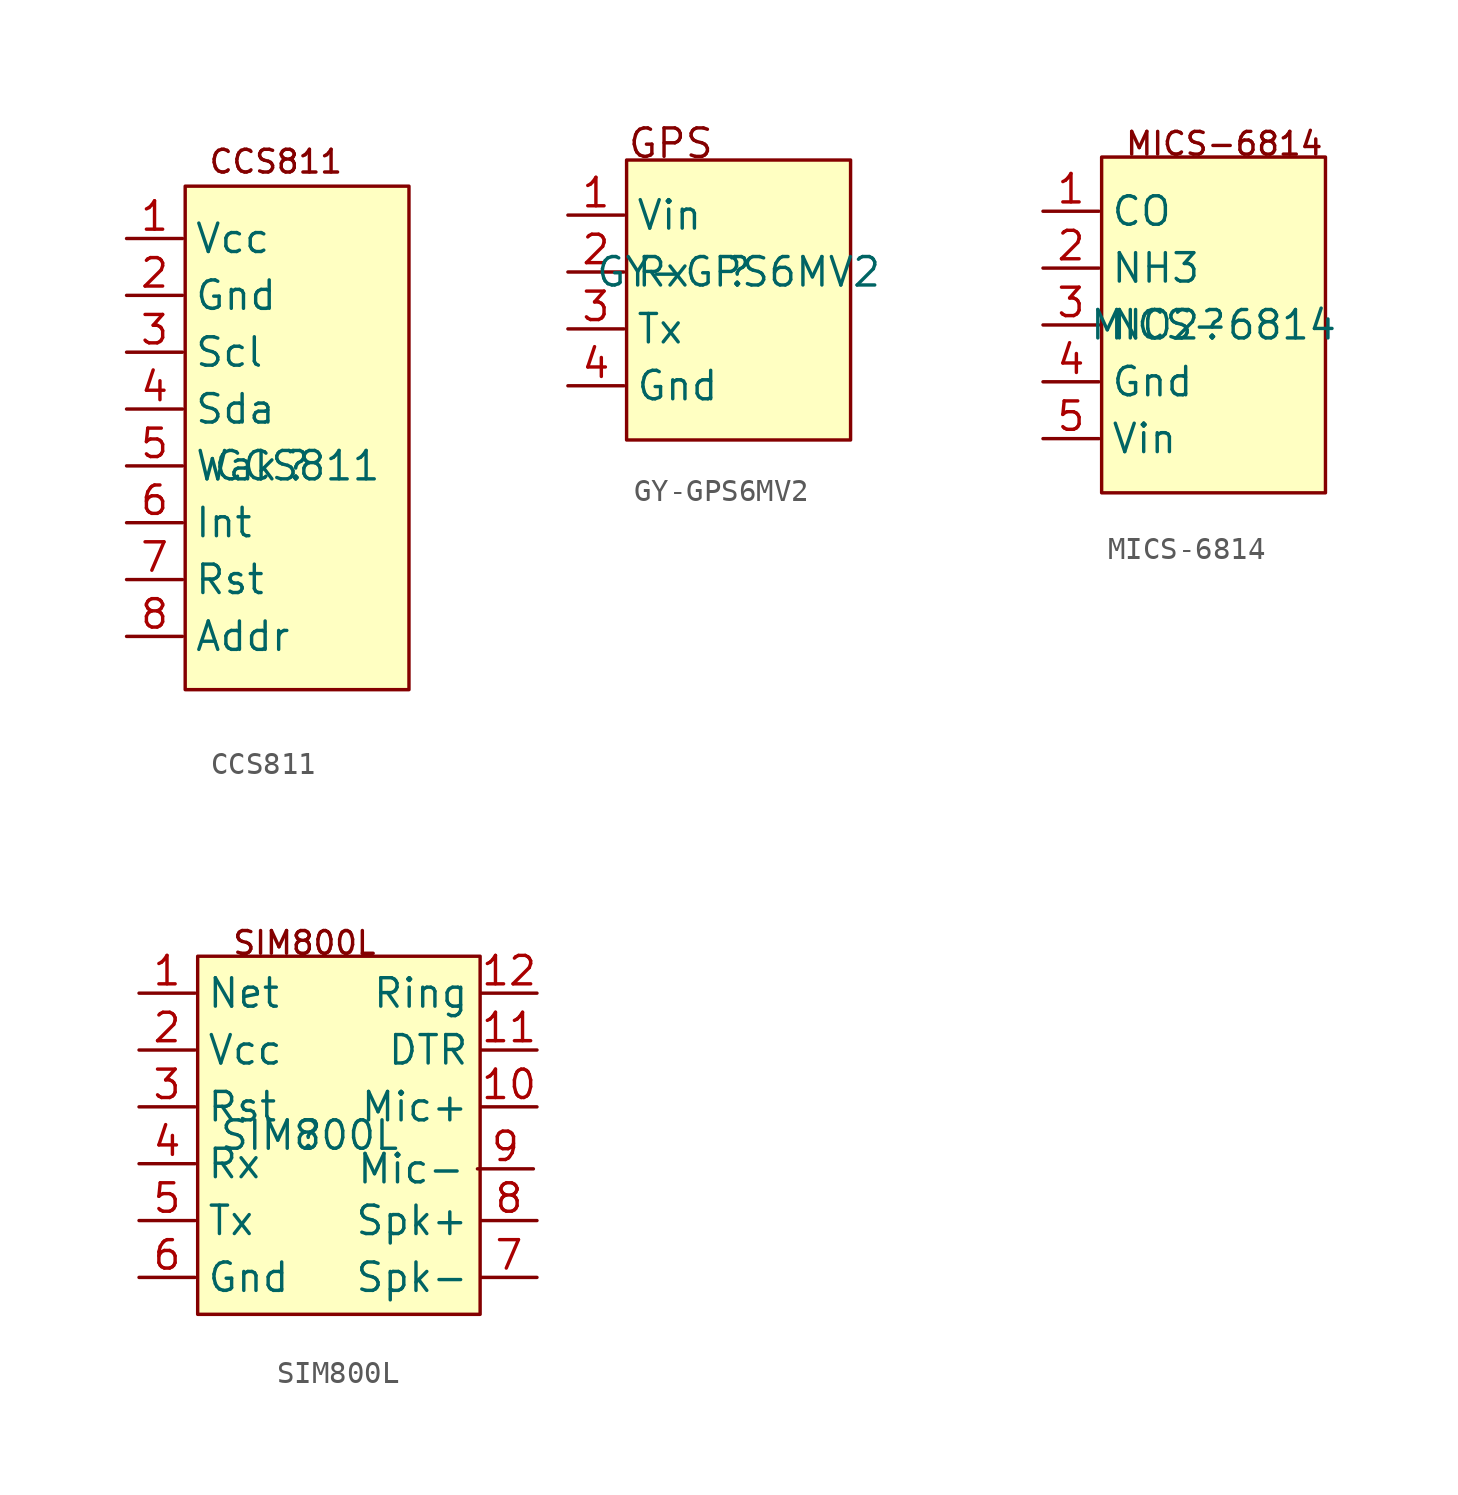
<source format=kicad_sym>
(kicad_symbol_lib
  (version 20220914)
  (generator kicad_symbol_editor)
  (symbol "CCS811"
    (property "Reference" ""
      (at 0 0 0)
      (effects (font (size 1.27 1.27))))
    (property "Value" "CCS811"
      (at 0 0 0)
      (effects (font (size 1.27 1.27))))
    (symbol "CCS811_1_0"
      (rectangle (start 5 12.5) (end -5 -10) (stroke (width 0) (type solid)) (fill (type background)))
      (text "CCS811" (at -4 13 0) (effects (font (size 1.016 1.016)) (justify left bottom)))
      (pin power_in line (at -7.62 10.16 0) (length 2.5) (name "Vcc" (effects (font (size 1.27 1.27)))) (number "1" (effects (font (size 1.27 1.27)))))
      (pin power_in line (at -7.62 7.62 0) (length 2.5) (name "Gnd" (effects (font (size 1.27 1.27)))) (number "2" (effects (font (size 1.27 1.27)))))
      (pin power_in line (at -7.62 5.08 0) (length 2.5) (name "Scl" (effects (font (size 1.27 1.27)))) (number "3" (effects (font (size 1.27 1.27)))))
      (pin power_in line (at -7.62 2.54 0) (length 2.5) (name "Sda" (effects (font (size 1.27 1.27)))) (number "4" (effects (font (size 1.27 1.27)))))
      (pin power_in line (at -7.62 0 0) (length 2.5) (name "Wak" (effects (font (size 1.27 1.27)))) (number "5" (effects (font (size 1.27 1.27)))))
      (pin power_in line (at -7.62 -2.54 0) (length 2.5) (name "Int" (effects (font (size 1.27 1.27)))) (number "6" (effects (font (size 1.27 1.27)))))
      (pin power_in line (at -7.62 -5.08 0) (length 2.5) (name "Rst" (effects (font (size 1.27 1.27)))) (number "7" (effects (font (size 1.27 1.27)))))
      (pin power_in line (at -7.62 -7.62 0) (length 2.5) (name "Addr" (effects (font (size 1.27 1.27)))) (number "8" (effects (font (size 1.27 1.27)))))))
  (symbol "GY-GPS6MV2"
    (property "Reference" ""
      (at 0 0 0)
      (effects (font (size 1.27 1.27))))
    (property "Value" "GY-GPS6MV2"
      (at 0 0 0)
      (effects (font (size 1.27 1.27))))
    (symbol "GY-GPS6MV2_1_0"
      (rectangle (start 5 5) (end -5 -7.5) (stroke (width 0) (type solid)) (fill (type background)))
      (text "GPS" (at -5 5 0) (effects (font (size 1.27 1.27)) (justify left bottom)))
      (pin power_in line (at -7.62 2.54 0) (length 2.5) (name "Vin" (effects (font (size 1.27 1.27)))) (number "1" (effects (font (size 1.27 1.27)))))
      (pin input line (at -7.62 0 0) (length 2.5) (name "Rx" (effects (font (size 1.27 1.27)))) (number "2" (effects (font (size 1.27 1.27)))))
      (pin output line (at -7.62 -2.54 0) (length 2.5) (name "Tx" (effects (font (size 1.27 1.27)))) (number "3" (effects (font (size 1.27 1.27)))))
      (pin power_in line (at -7.62 -5.08 0) (length 2.5) (name "Gnd" (effects (font (size 1.27 1.27)))) (number "4" (effects (font (size 1.27 1.27)))))))
  (symbol "MICS-6814"
    (property "Reference" ""
      (at 0 0 0)
      (effects (font (size 1.27 1.27))))
    (property "Value" "MICS-6814"
      (at 0 0 0)
      (effects (font (size 1.27 1.27))))
    (symbol "MICS-6814_1_0"
      (rectangle (start 5 7.5) (end -5 -7.5) (stroke (width 0) (type solid)) (fill (type background)))
      (text "MICS-6814" (at -4 7.5 0) (effects (font (size 1.016 1.016)) (justify left bottom)))
      (pin power_in line (at -7.62 5.08 0) (length 2.5) (name "CO" (effects (font (size 1.27 1.27)))) (number "1" (effects (font (size 1.27 1.27)))))
      (pin power_in line (at -7.62 2.54 0) (length 2.5) (name "NH3" (effects (font (size 1.27 1.27)))) (number "2" (effects (font (size 1.27 1.27)))))
      (pin power_in line (at -7.62 0 0) (length 2.5) (name "NO2" (effects (font (size 1.27 1.27)))) (number "3" (effects (font (size 1.27 1.27)))))
      (pin power_in line (at -7.62 -2.54 0) (length 2.5) (name "Gnd" (effects (font (size 1.27 1.27)))) (number "4" (effects (font (size 1.27 1.27)))))
      (pin power_in line (at -7.62 -5.08 0) (length 2.5) (name "Vin" (effects (font (size 1.27 1.27)))) (number "5" (effects (font (size 1.27 1.27)))))))
  (symbol "SIM800L"
    (property "Reference" ""
      (at 0 0 0)
      (effects (font (size 1.27 1.27))))
    (property "Value" "SIM800L"
      (at 0 0 0)
      (effects (font (size 1.27 1.27))))
    (symbol "SIM800L_1_0"
      (rectangle (start -5 8) (end 7.62 -8) (stroke (width 0) (type solid)) (fill (type background)))
      (text "SIM800L" (at -3.5 8 0) (effects (font (size 1.016 1.016)) (justify left bottom)))
      (pin power_in line (at -7.62 6.35 0) (length 2.5) (name "Net" (effects (font (size 1.27 1.27)))) (number "1" (effects (font (size 1.27 1.27)))))
      (pin power_in line (at 10.16 1.27 180) (length 2.5) (name "Mic+" (effects (font (size 1.27 1.27)))) (number "10" (effects (font (size 1.27 1.27)))))
      (pin power_in line (at 10.16 3.81 180) (length 2.5) (name "DTR" (effects (font (size 1.27 1.27)))) (number "11" (effects (font (size 1.27 1.27)))))
      (pin power_in line (at 10.16 6.35 180) (length 2.5) (name "Ring" (effects (font (size 1.27 1.27)))) (number "12" (effects (font (size 1.27 1.27)))))
      (pin power_in line (at -7.62 3.81 0) (length 2.5) (name "Vcc" (effects (font (size 1.27 1.27)))) (number "2" (effects (font (size 1.27 1.27)))))
      (pin power_in line (at -7.62 1.27 0) (length 2.5) (name "Rst" (effects (font (size 1.27 1.27)))) (number "3" (effects (font (size 1.27 1.27)))))
      (pin input line (at -7.62 -1.27 0) (length 2.5) (name "Rx" (effects (font (size 1.27 1.27)))) (number "4" (effects (font (size 1.27 1.27)))))
      (pin output line (at -7.62 -3.81 0) (length 2.5) (name "Tx" (effects (font (size 1.27 1.27)))) (number "5" (effects (font (size 1.27 1.27)))))
      (pin power_in line (at -7.62 -6.35 0) (length 2.5) (name "Gnd" (effects (font (size 1.27 1.27)))) (number "6" (effects (font (size 1.27 1.27)))))
      (pin power_in line (at 10.16 -6.35 180) (length 2.5) (name "Spk-" (effects (font (size 1.27 1.27)))) (number "7" (effects (font (size 1.27 1.27)))))
      (pin power_in line (at 10.16 -3.81 180) (length 2.5) (name "Spk+" (effects (font (size 1.27 1.27)))) (number "8" (effects (font (size 1.27 1.27)))))
      (pin power_in line (at 10 -1.5 180) (length 2.5) (name "Mic-" (effects (font (size 1.27 1.27)))) (number "9" (effects (font (size 1.27 1.27))))))))
</source>
